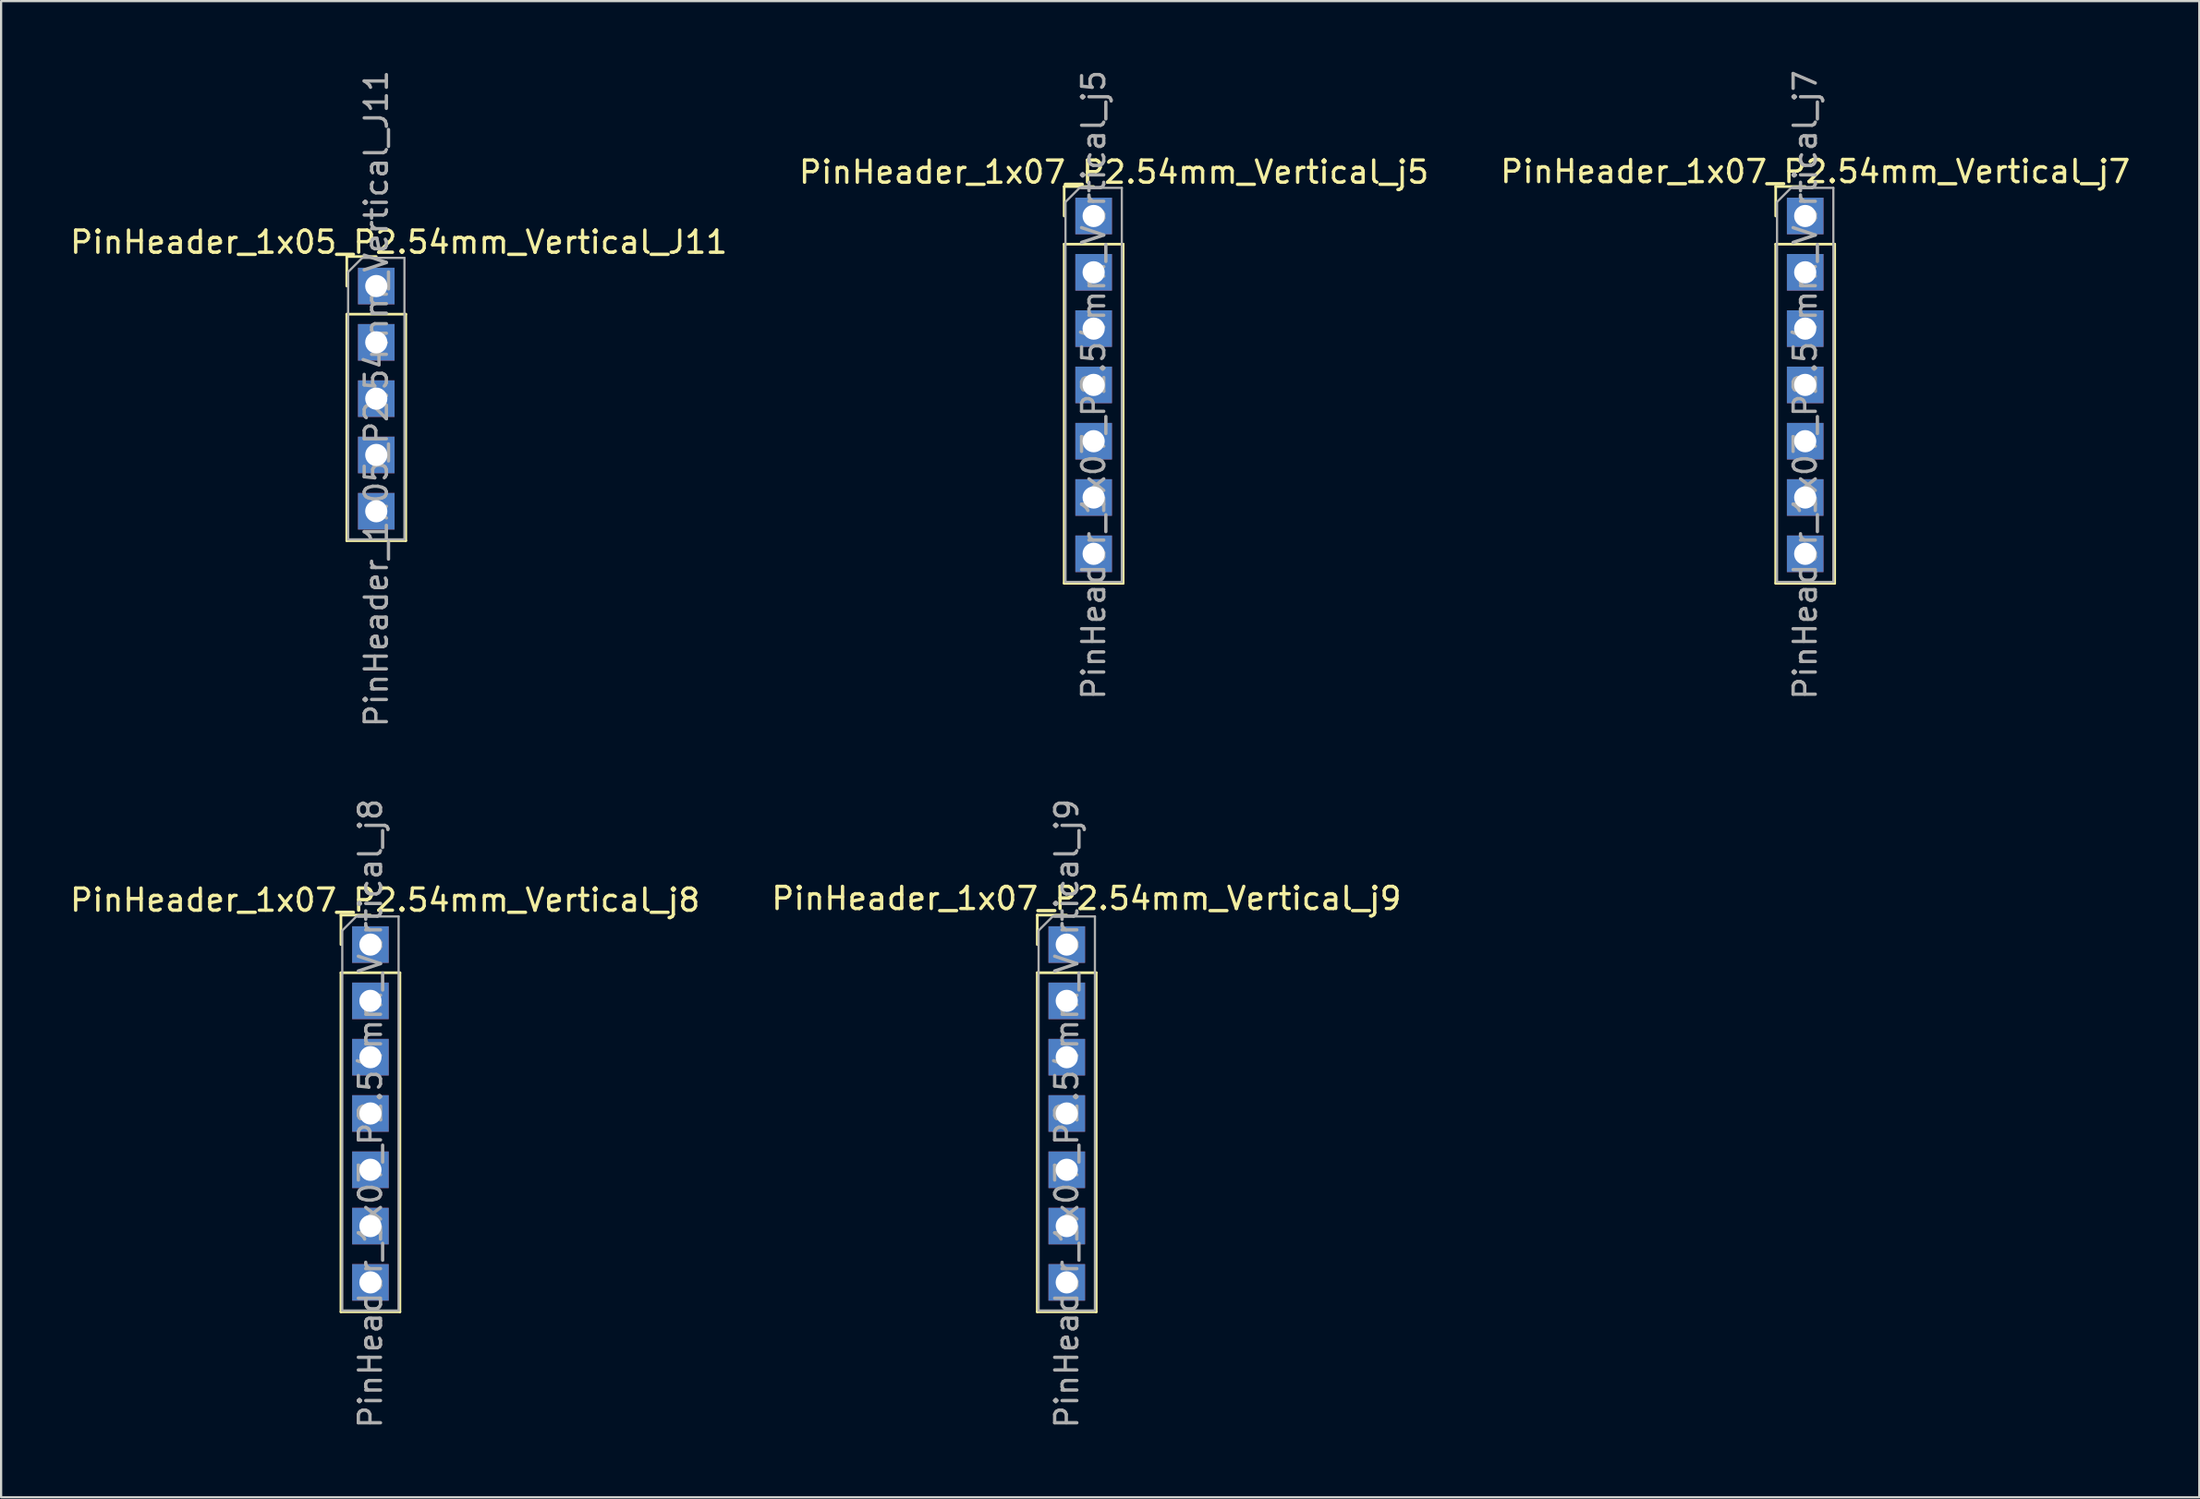
<source format=kicad_pcb>
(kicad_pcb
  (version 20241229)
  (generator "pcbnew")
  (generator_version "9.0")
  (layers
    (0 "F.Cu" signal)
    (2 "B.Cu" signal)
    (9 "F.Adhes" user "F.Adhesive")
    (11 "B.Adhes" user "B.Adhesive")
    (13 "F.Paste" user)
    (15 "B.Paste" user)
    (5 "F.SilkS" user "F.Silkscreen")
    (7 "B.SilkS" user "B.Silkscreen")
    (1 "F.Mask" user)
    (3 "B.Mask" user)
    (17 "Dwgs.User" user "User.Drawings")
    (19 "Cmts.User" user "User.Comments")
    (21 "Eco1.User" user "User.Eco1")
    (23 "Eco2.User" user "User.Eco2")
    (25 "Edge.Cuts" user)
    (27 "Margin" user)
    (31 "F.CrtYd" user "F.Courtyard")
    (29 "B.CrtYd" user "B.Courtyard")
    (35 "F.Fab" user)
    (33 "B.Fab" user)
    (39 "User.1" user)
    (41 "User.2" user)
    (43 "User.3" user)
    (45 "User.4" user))
  (footprint "PinHeader_1x07_P2.54mm_Vertical_j7"
    (layer "F.Cu")
    (at 78.358 6.695)
    (property "Reference" "PinHeader_1x07_P2.54mm_Vertical_j7" (at 0.457 -2.007 0) (layer "F.SilkS") (effects (font (size 1 1) (thickness 0.15))))
    (attr through_hole)
    (fp_line (start -1.33 -1.33) (end 0 -1.33) (stroke (width 0.12) (type solid)) (layer "F.SilkS"))
    (fp_line (start -1.33 0) (end -1.33 -1.33) (stroke (width 0.12) (type solid)) (layer "F.SilkS"))
    (fp_line (start -1.33 1.27) (end -1.33 16.57) (stroke (width 0.12) (type solid)) (layer "F.SilkS"))
    (fp_line (start -1.33 1.27) (end 1.33 1.27) (stroke (width 0.12) (type solid)) (layer "F.SilkS"))
    (fp_line (start -1.33 16.57) (end 1.33 16.57) (stroke (width 0.12) (type solid)) (layer "F.SilkS"))
    (fp_line (start 1.33 1.27) (end 1.33 16.57) (stroke (width 0.12) (type solid)) (layer "F.SilkS"))
    (fp_line (start -1.27 -0.635) (end -0.635 -1.27) (stroke (width 0.1) (type solid)) (layer "F.Fab"))
    (fp_line (start -1.27 16.51) (end -1.27 -0.635) (stroke (width 0.1) (type solid)) (layer "F.Fab"))
    (fp_line (start -0.635 -1.27) (end 1.27 -1.27) (stroke (width 0.1) (type solid)) (layer "F.Fab"))
    (fp_line (start 1.27 -1.27) (end 1.27 16.51) (stroke (width 0.1) (type solid)) (layer "F.Fab"))
    (fp_line (start 1.27 16.51) (end -1.27 16.51) (stroke (width 0.1) (type solid)) (layer "F.Fab"))
    (fp_text user "${REFERENCE}" (at 0 7.62 90) (layer "F.Fab") (effects (font (size 1 1) (thickness 0.15))))
    (pad "32" thru_hole rect (at 0 0) (size 1.65 1.65) (drill 1) (layers "*.Cu" "*.Mask"))
    (pad "33" thru_hole rect (at 0 2.54) (size 1.65 1.65) (drill 1) (layers "*.Cu" "*.Mask"))
    (pad "34" thru_hole rect (at 0 5.08) (size 1.65 1.65) (drill 1) (layers "*.Cu" "*.Mask"))
    (pad "35" thru_hole rect (at 0 7.62) (size 1.65 1.65) (drill 1) (layers "*.Cu" "*.Mask"))
    (pad "36" thru_hole rect (at 0 10.16) (size 1.65 1.65) (drill 1) (layers "*.Cu" "*.Mask"))
    (pad "37" thru_hole rect (at 0 12.7) (size 1.65 1.65) (drill 1) (layers "*.Cu" "*.Mask"))
    (pad "38" thru_hole rect (at 0 15.24) (size 1.65 1.65) (drill 1) (layers "*.Cu" "*.Mask")))
  (footprint "PinHeader_1x05_P2.54mm_Vertical_J11"
    (layer "F.Cu")
    (at 13.919 9.855)
    (property "Reference" "PinHeader_1x05_P2.54mm_Vertical_J11" (at 1.016 -1.981 0) (layer "F.SilkS") (effects (font (size 1 1) (thickness 0.15))))
    (attr through_hole)
    (fp_line (start -1.33 -1.33) (end 0 -1.33) (stroke (width 0.12) (type solid)) (layer "F.SilkS"))
    (fp_line (start -1.33 0) (end -1.33 -1.33) (stroke (width 0.12) (type solid)) (layer "F.SilkS"))
    (fp_line (start -1.33 1.27) (end -1.33 11.49) (stroke (width 0.12) (type solid)) (layer "F.SilkS"))
    (fp_line (start -1.33 1.27) (end 1.33 1.27) (stroke (width 0.12) (type solid)) (layer "F.SilkS"))
    (fp_line (start -1.33 11.49) (end 1.33 11.49) (stroke (width 0.12) (type solid)) (layer "F.SilkS"))
    (fp_line (start 1.33 1.27) (end 1.33 11.49) (stroke (width 0.12) (type solid)) (layer "F.SilkS"))
    (fp_line (start -1.27 -0.635) (end -0.635 -1.27) (stroke (width 0.1) (type solid)) (layer "F.Fab"))
    (fp_line (start -1.27 11.43) (end -1.27 -0.635) (stroke (width 0.1) (type solid)) (layer "F.Fab"))
    (fp_line (start -0.635 -1.27) (end 1.27 -1.27) (stroke (width 0.1) (type solid)) (layer "F.Fab"))
    (fp_line (start 1.27 -1.27) (end 1.27 11.43) (stroke (width 0.1) (type solid)) (layer "F.Fab"))
    (fp_line (start 1.27 11.43) (end -1.27 11.43) (stroke (width 0.1) (type solid)) (layer "F.Fab"))
    (fp_text user "${REFERENCE}" (at 0 5.08 90) (layer "F.Fab") (effects (font (size 1 1) (thickness 0.15))))
    (pad "20" thru_hole rect (at 0 0) (size 1.65 1.65) (drill 1) (layers "*.Cu" "*.Mask"))
    (pad "21" thru_hole rect (at 0 2.54) (size 1.65 1.65) (drill 1) (layers "*.Cu" "*.Mask"))
    (pad "22" thru_hole rect (at 0 5.08) (size 1.65 1.65) (drill 1) (layers "*.Cu" "*.Mask"))
    (pad "23" thru_hole rect (at 0 7.62) (size 1.65 1.65) (drill 1) (layers "*.Cu" "*.Mask"))
    (pad "24" thru_hole rect (at 0 10.16) (size 1.65 1.65) (drill 1) (layers "*.Cu" "*.Mask")))
  (footprint "PinHeader_1x07_P2.54mm_Vertical_j9"
    (layer "F.Cu")
    (at 45.057 39.565)
    (property "Reference" "PinHeader_1x07_P2.54mm_Vertical_j9" (at 0.889 -2.083 0) (layer "F.SilkS") (effects (font (size 1 1) (thickness 0.15))))
    (attr through_hole)
    (fp_line (start -1.33 -1.33) (end 0 -1.33) (stroke (width 0.12) (type solid)) (layer "F.SilkS"))
    (fp_line (start -1.33 0) (end -1.33 -1.33) (stroke (width 0.12) (type solid)) (layer "F.SilkS"))
    (fp_line (start -1.33 1.27) (end -1.33 16.57) (stroke (width 0.12) (type solid)) (layer "F.SilkS"))
    (fp_line (start -1.33 1.27) (end 1.33 1.27) (stroke (width 0.12) (type solid)) (layer "F.SilkS"))
    (fp_line (start -1.33 16.57) (end 1.33 16.57) (stroke (width 0.12) (type solid)) (layer "F.SilkS"))
    (fp_line (start 1.33 1.27) (end 1.33 16.57) (stroke (width 0.12) (type solid)) (layer "F.SilkS"))
    (fp_line (start -1.27 -0.635) (end -0.635 -1.27) (stroke (width 0.1) (type solid)) (layer "F.Fab"))
    (fp_line (start -1.27 16.51) (end -1.27 -0.635) (stroke (width 0.1) (type solid)) (layer "F.Fab"))
    (fp_line (start -0.635 -1.27) (end 1.27 -1.27) (stroke (width 0.1) (type solid)) (layer "F.Fab"))
    (fp_line (start 1.27 -1.27) (end 1.27 16.51) (stroke (width 0.1) (type solid)) (layer "F.Fab"))
    (fp_line (start 1.27 16.51) (end -1.27 16.51) (stroke (width 0.1) (type solid)) (layer "F.Fab"))
    (fp_text user "${REFERENCE}" (at 0 7.62 90) (layer "F.Fab") (effects (font (size 1 1) (thickness 0.15))))
    (pad "8" thru_hole rect (at 0 0) (size 1.65 1.65) (drill 1) (layers "*.Cu" "*.Mask"))
    (pad "9" thru_hole rect (at 0 2.54) (size 1.65 1.65) (drill 1) (layers "*.Cu" "*.Mask"))
    (pad "10" thru_hole rect (at 0 5.08) (size 1.65 1.65) (drill 1) (layers "*.Cu" "*.Mask"))
    (pad "11" thru_hole rect (at 0 7.62) (size 1.65 1.65) (drill 1) (layers "*.Cu" "*.Mask"))
    (pad "12" thru_hole rect (at 0 10.16) (size 1.65 1.65) (drill 1) (layers "*.Cu" "*.Mask"))
    (pad "13" thru_hole rect (at 0 12.7) (size 1.65 1.65) (drill 1) (layers "*.Cu" "*.Mask"))
    (pad "14" thru_hole rect (at 0 15.24) (size 1.65 1.65) (drill 1) (layers "*.Cu" "*.Mask")))
  (footprint "PinHeader_1x07_P2.54mm_Vertical_j5"
    (layer "F.Cu")
    (at 46.27 6.695)
    (property "Reference" "PinHeader_1x07_P2.54mm_Vertical_j5" (at 0.914 -1.981 0) (layer "F.SilkS") (effects (font (size 1 1) (thickness 0.15))))
    (attr through_hole)
    (fp_line (start -1.33 -1.33) (end 0 -1.33) (stroke (width 0.12) (type solid)) (layer "F.SilkS"))
    (fp_line (start -1.33 0) (end -1.33 -1.33) (stroke (width 0.12) (type solid)) (layer "F.SilkS"))
    (fp_line (start -1.33 1.27) (end -1.33 16.57) (stroke (width 0.12) (type solid)) (layer "F.SilkS"))
    (fp_line (start -1.33 1.27) (end 1.33 1.27) (stroke (width 0.12) (type solid)) (layer "F.SilkS"))
    (fp_line (start -1.33 16.57) (end 1.33 16.57) (stroke (width 0.12) (type solid)) (layer "F.SilkS"))
    (fp_line (start 1.33 1.27) (end 1.33 16.57) (stroke (width 0.12) (type solid)) (layer "F.SilkS"))
    (fp_line (start -1.27 -0.635) (end -0.635 -1.27) (stroke (width 0.1) (type solid)) (layer "F.Fab"))
    (fp_line (start -1.27 16.51) (end -1.27 -0.635) (stroke (width 0.1) (type solid)) (layer "F.Fab"))
    (fp_line (start -0.635 -1.27) (end 1.27 -1.27) (stroke (width 0.1) (type solid)) (layer "F.Fab"))
    (fp_line (start 1.27 -1.27) (end 1.27 16.51) (stroke (width 0.1) (type solid)) (layer "F.Fab"))
    (fp_line (start 1.27 16.51) (end -1.27 16.51) (stroke (width 0.1) (type solid)) (layer "F.Fab"))
    (fp_text user "${REFERENCE}" (at 0 7.62 90) (layer "F.Fab") (effects (font (size 1 1) (thickness 0.15))))
    (pad "25" thru_hole rect (at 0 0) (size 1.65 1.65) (drill 1) (layers "*.Cu" "*.Mask"))
    (pad "26" thru_hole rect (at 0 2.54) (size 1.65 1.65) (drill 1) (layers "*.Cu" "*.Mask"))
    (pad "27" thru_hole rect (at 0 5.08) (size 1.65 1.65) (drill 1) (layers "*.Cu" "*.Mask"))
    (pad "28" thru_hole rect (at 0 7.62) (size 1.65 1.65) (drill 1) (layers "*.Cu" "*.Mask"))
    (pad "29" thru_hole rect (at 0 10.16) (size 1.65 1.65) (drill 1) (layers "*.Cu" "*.Mask"))
    (pad "30" thru_hole rect (at 0 12.7) (size 1.65 1.65) (drill 1) (layers "*.Cu" "*.Mask"))
    (pad "31" thru_hole rect (at 0 15.24) (size 1.65 1.65) (drill 1) (layers "*.Cu" "*.Mask")))
  (footprint "PinHeader_1x07_P2.54mm_Vertical_j8"
    (layer "F.Cu")
    (at 13.655 39.565)
    (property "Reference" "PinHeader_1x07_P2.54mm_Vertical_j8" (at 0.66 -2.007 0) (layer "F.SilkS") (effects (font (size 1 1) (thickness 0.15))))
    (attr through_hole)
    (fp_line (start -1.33 -1.33) (end 0 -1.33) (stroke (width 0.12) (type solid)) (layer "F.SilkS"))
    (fp_line (start -1.33 0) (end -1.33 -1.33) (stroke (width 0.12) (type solid)) (layer "F.SilkS"))
    (fp_line (start -1.33 1.27) (end -1.33 16.57) (stroke (width 0.12) (type solid)) (layer "F.SilkS"))
    (fp_line (start -1.33 1.27) (end 1.33 1.27) (stroke (width 0.12) (type solid)) (layer "F.SilkS"))
    (fp_line (start -1.33 16.57) (end 1.33 16.57) (stroke (width 0.12) (type solid)) (layer "F.SilkS"))
    (fp_line (start 1.33 1.27) (end 1.33 16.57) (stroke (width 0.12) (type solid)) (layer "F.SilkS"))
    (fp_line (start -1.27 -0.635) (end -0.635 -1.27) (stroke (width 0.1) (type solid)) (layer "F.Fab"))
    (fp_line (start -1.27 16.51) (end -1.27 -0.635) (stroke (width 0.1) (type solid)) (layer "F.Fab"))
    (fp_line (start -0.635 -1.27) (end 1.27 -1.27) (stroke (width 0.1) (type solid)) (layer "F.Fab"))
    (fp_line (start 1.27 -1.27) (end 1.27 16.51) (stroke (width 0.1) (type solid)) (layer "F.Fab"))
    (fp_line (start 1.27 16.51) (end -1.27 16.51) (stroke (width 0.1) (type solid)) (layer "F.Fab"))
    (fp_text user "${REFERENCE}" (at 0 7.62 90) (layer "F.Fab") (effects (font (size 1 1) (thickness 0.15))))
    (pad "1" thru_hole rect (at 0 0) (size 1.65 1.65) (drill 1) (layers "*.Cu" "*.Mask"))
    (pad "2" thru_hole rect (at 0 2.54) (size 1.65 1.65) (drill 1) (layers "*.Cu" "*.Mask"))
    (pad "3" thru_hole rect (at 0 5.08) (size 1.65 1.65) (drill 1) (layers "*.Cu" "*.Mask"))
    (pad "4" thru_hole rect (at 0 7.62) (size 1.65 1.65) (drill 1) (layers "*.Cu" "*.Mask"))
    (pad "5" thru_hole rect (at 0 10.16) (size 1.65 1.65) (drill 1) (layers "*.Cu" "*.Mask"))
    (pad "6" thru_hole rect (at 0 12.7) (size 1.65 1.65) (drill 1) (layers "*.Cu" "*.Mask"))
    (pad "7" thru_hole rect (at 0 15.24) (size 1.65 1.65) (drill 1) (layers "*.Cu" "*.Mask")))
  (gr_rect
    (start -3 -3)
    (end 96.131 64.5)
    (stroke (width 0.1) (type default))
    (fill no)
    (layer "Edge.Cuts")))
</source>
